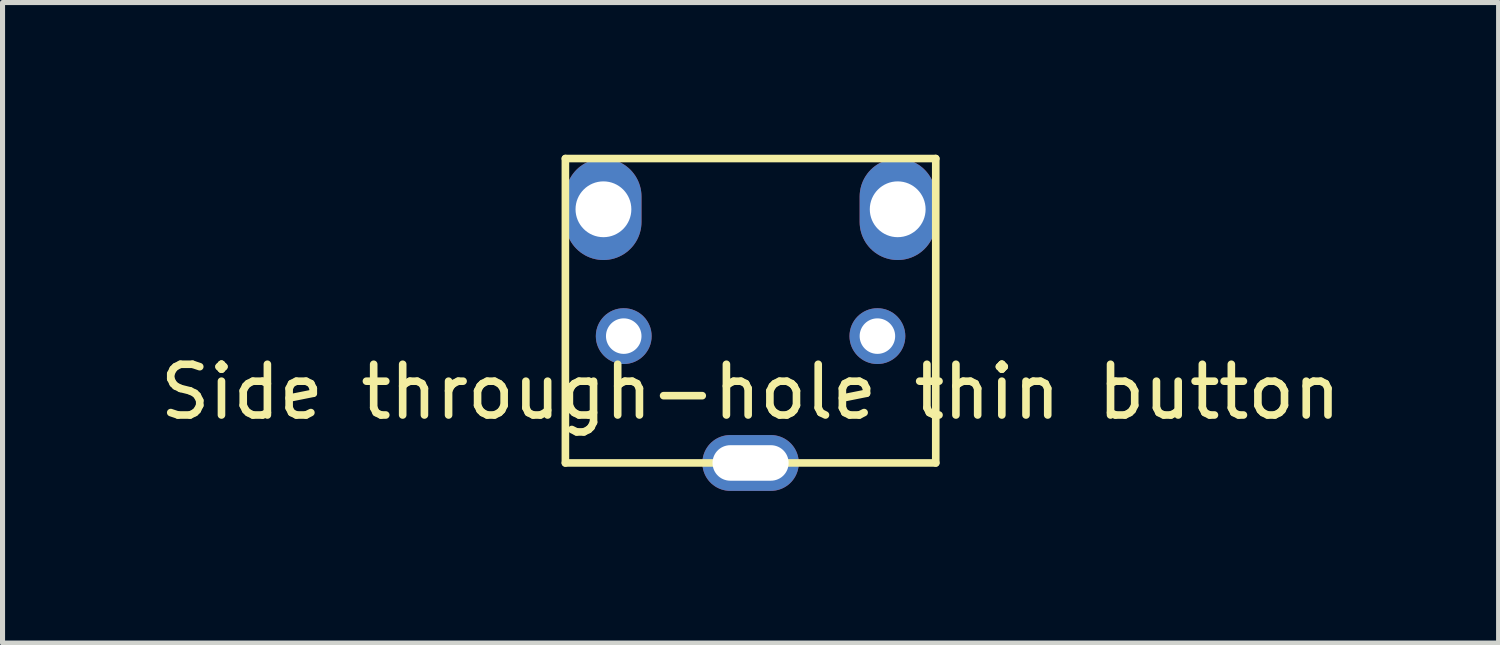
<source format=kicad_pcb>
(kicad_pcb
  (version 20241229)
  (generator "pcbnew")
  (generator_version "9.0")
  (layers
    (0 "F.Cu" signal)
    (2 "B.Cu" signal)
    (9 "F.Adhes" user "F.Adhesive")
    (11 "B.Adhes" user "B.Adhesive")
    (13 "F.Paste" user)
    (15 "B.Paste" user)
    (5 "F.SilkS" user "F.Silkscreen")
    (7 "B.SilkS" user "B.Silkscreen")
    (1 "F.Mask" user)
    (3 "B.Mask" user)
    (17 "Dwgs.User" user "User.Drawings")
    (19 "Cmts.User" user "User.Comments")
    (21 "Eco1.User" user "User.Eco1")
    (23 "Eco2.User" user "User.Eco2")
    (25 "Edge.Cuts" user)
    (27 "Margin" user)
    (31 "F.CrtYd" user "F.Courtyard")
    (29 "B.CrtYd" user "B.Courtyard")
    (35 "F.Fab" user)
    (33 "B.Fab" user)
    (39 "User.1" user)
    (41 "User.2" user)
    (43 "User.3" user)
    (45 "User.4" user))
  (footprint "Side through-hole thin button"
    (layer "F.Cu")
    (at 11.744 4.175)
    (property "Reference" "Side through-hole thin button" (at 0 0.5 0) (layer "F.SilkS") (effects (font (size 1 1) (thickness 0.15))))
    (attr through_hole)
    (fp_line (start -3.65 -4.1) (end 3.65 -4.1) (stroke (width 0.15) (type solid)) (layer "F.SilkS"))
    (fp_line (start -3.65 1.9) (end -3.65 -4.1) (stroke (width 0.15) (type solid)) (layer "F.SilkS"))
    (fp_line (start 3.65 -4.1) (end 3.65 1.9) (stroke (width 0.15) (type solid)) (layer "F.SilkS"))
    (fp_line (start 3.65 1.9) (end -3.65 1.9) (stroke (width 0.15) (type solid)) (layer "F.SilkS"))
    (pad "" thru_hole oval (at -2.9 -3.1) (size 1.5 2) (drill 1.1) (layers "*.Cu" "*.Mask"))
    (pad "" thru_hole oval (at 0 1.9) (size 1.9 1.1) (drill oval 1.5 0.7) (layers "*.Cu" "*.Mask"))
    (pad "" thru_hole oval (at 2.9 -3.1) (size 1.5 2) (drill 1.1) (layers "*.Cu" "*.Mask"))
    (pad "1" thru_hole circle (at -2.5 -0.6) (size 1.1 1.1) (drill 0.7) (layers "*.Cu" "*.Mask"))
    (pad "2" thru_hole circle (at 2.5 -0.6) (size 1.1 1.1) (drill 0.7) (layers "*.Cu" "*.Mask")))
  (gr_rect
    (start -3 -3)
    (end 26.488 9.625)
    (stroke (width 0.1) (type default))
    (fill no)
    (layer "Edge.Cuts")))
</source>
